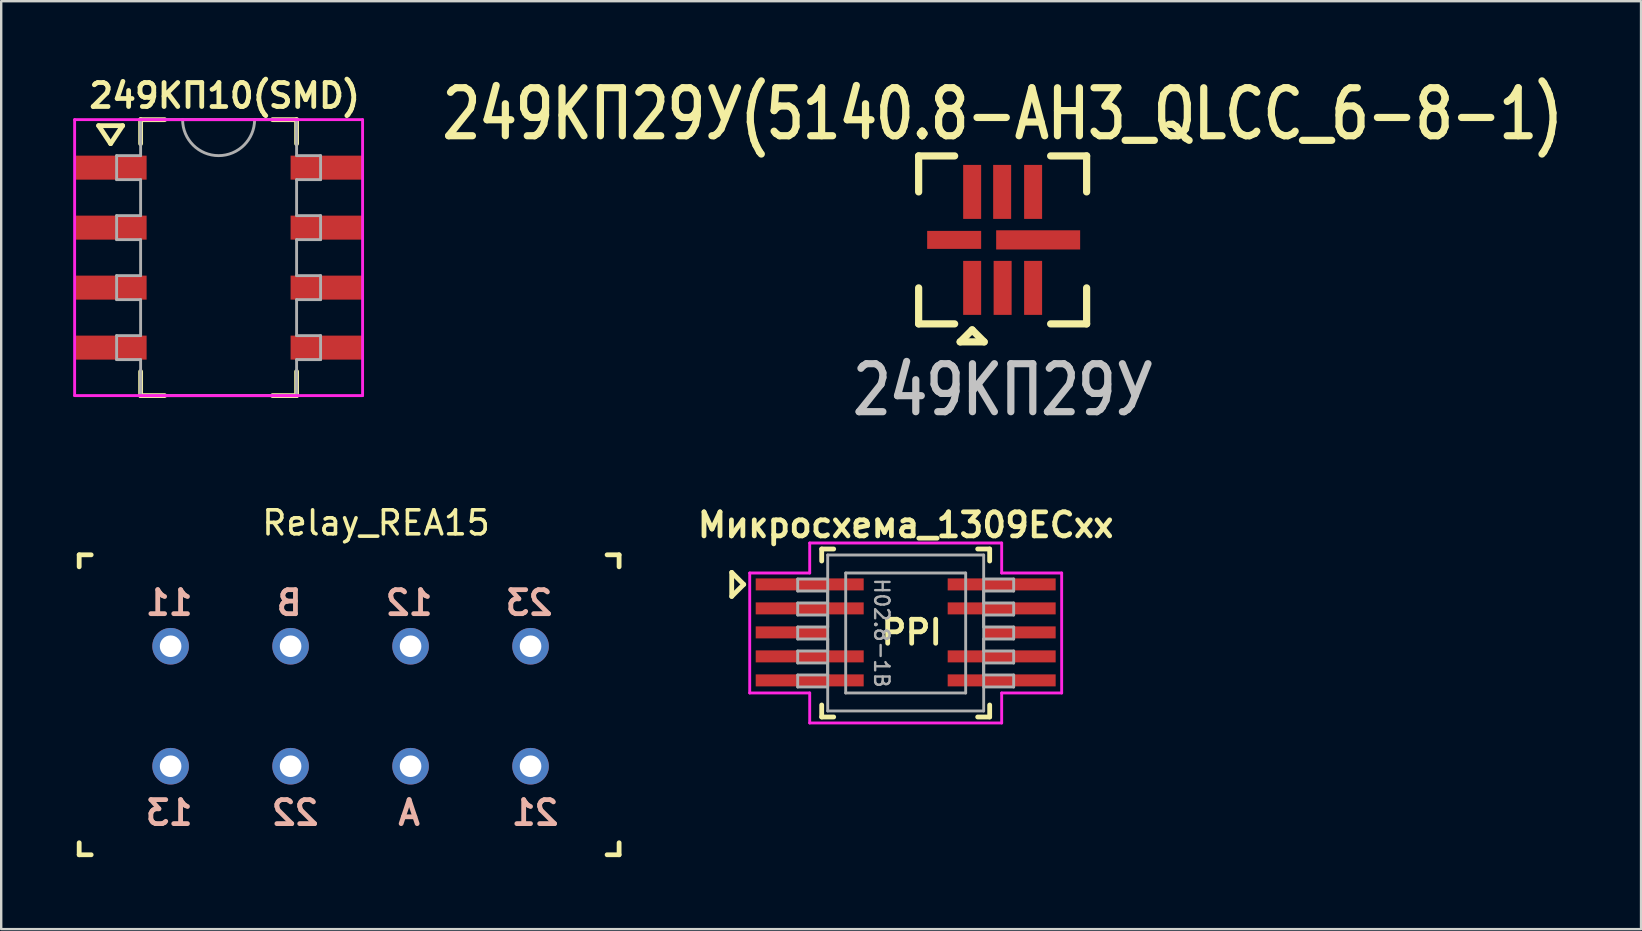
<source format=kicad_pcb>
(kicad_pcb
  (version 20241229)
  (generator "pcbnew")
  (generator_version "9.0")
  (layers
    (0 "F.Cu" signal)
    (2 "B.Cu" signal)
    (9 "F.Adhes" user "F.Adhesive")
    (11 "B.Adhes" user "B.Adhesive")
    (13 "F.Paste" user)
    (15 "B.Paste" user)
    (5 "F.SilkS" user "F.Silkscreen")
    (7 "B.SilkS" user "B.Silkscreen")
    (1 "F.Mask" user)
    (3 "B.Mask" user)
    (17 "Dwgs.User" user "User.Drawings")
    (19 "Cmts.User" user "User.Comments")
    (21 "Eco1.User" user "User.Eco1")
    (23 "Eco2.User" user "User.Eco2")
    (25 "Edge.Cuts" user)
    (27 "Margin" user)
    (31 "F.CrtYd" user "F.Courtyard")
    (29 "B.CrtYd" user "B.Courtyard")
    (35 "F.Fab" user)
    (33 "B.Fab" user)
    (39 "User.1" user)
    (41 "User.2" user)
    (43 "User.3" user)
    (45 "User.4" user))
  (footprint "249КП10(SMD)"
    (layer "F.Cu")
    (at 6.06 7.686)
    (property "Reference" "249КП10(SMD)" (at 0.25 -6.75 0) (layer "F.SilkS") (effects (font (size 1 1) (thickness 0.2))))
    (attr through_hole)
    (fp_line (start -5 -5.5) (end -4.5 -4.75) (stroke (width 0.2) (type solid)) (layer "F.SilkS"))
    (fp_line (start -4.5 -4.75) (end -4 -5.5) (stroke (width 0.2) (type solid)) (layer "F.SilkS"))
    (fp_line (start -4 -5.5) (end -5 -5.5) (stroke (width 0.2) (type solid)) (layer "F.SilkS"))
    (fp_line (start -3.25 -5.75) (end -3.25 -4.75) (stroke (width 0.2) (type solid)) (layer "F.SilkS"))
    (fp_line (start -3.25 -5.75) (end -2.25 -5.75) (stroke (width 0.2) (type solid)) (layer "F.SilkS"))
    (fp_line (start -3.25 5.75) (end -3.25 4.75) (stroke (width 0.2) (type solid)) (layer "F.SilkS"))
    (fp_line (start -3.25 5.75) (end -2.25 5.75) (stroke (width 0.2) (type solid)) (layer "F.SilkS"))
    (fp_line (start 3.25 -5.75) (end 2.25 -5.75) (stroke (width 0.2) (type solid)) (layer "F.SilkS"))
    (fp_line (start 3.25 -5.75) (end 3.25 -4.75) (stroke (width 0.2) (type solid)) (layer "F.SilkS"))
    (fp_line (start 3.25 5.75) (end 2.25 5.75) (stroke (width 0.2) (type solid)) (layer "F.SilkS"))
    (fp_line (start 3.25 5.75) (end 3.25 4.75) (stroke (width 0.2) (type solid)) (layer "F.SilkS"))
    (fp_line (start -6 -5.75) (end 6 -5.75) (stroke (width 0.12) (type solid)) (layer "F.CrtYd"))
    (fp_line (start -6 5.75) (end -6 -5.75) (stroke (width 0.12) (type solid)) (layer "F.CrtYd"))
    (fp_line (start 6 -5.75) (end 6 5.75) (stroke (width 0.12) (type solid)) (layer "F.CrtYd"))
    (fp_line (start 6 5.75) (end -6 5.75) (stroke (width 0.12) (type solid)) (layer "F.CrtYd"))
    (fp_line (start -4.25 -3.25) (end -4.25 -4.25) (stroke (width 0.12) (type solid)) (layer "F.Fab"))
    (fp_line (start -4.25 -3.25) (end -3.25 -3.25) (stroke (width 0.12) (type solid)) (layer "F.Fab"))
    (fp_line (start -4.25 -0.75) (end -4.25 -1.75) (stroke (width 0.12) (type solid)) (layer "F.Fab"))
    (fp_line (start -4.25 -0.75) (end -3.25 -0.75) (stroke (width 0.12) (type solid)) (layer "F.Fab"))
    (fp_line (start -4.25 1.75) (end -4.25 0.75) (stroke (width 0.12) (type solid)) (layer "F.Fab"))
    (fp_line (start -4.25 1.75) (end -3.25 1.75) (stroke (width 0.12) (type solid)) (layer "F.Fab"))
    (fp_line (start -4.25 4.25) (end -4.25 3.25) (stroke (width 0.12) (type solid)) (layer "F.Fab"))
    (fp_line (start -4.25 4.25) (end -3.25 4.25) (stroke (width 0.12) (type solid)) (layer "F.Fab"))
    (fp_line (start -3.25 -4.25) (end -4.25 -4.25) (stroke (width 0.12) (type solid)) (layer "F.Fab"))
    (fp_line (start -3.25 -4.25) (end -3.25 -5.75) (stroke (width 0.12) (type solid)) (layer "F.Fab"))
    (fp_line (start -3.25 -1.75) (end -4.25 -1.75) (stroke (width 0.12) (type solid)) (layer "F.Fab"))
    (fp_line (start -3.25 -1.75) (end -3.25 -3.25) (stroke (width 0.12) (type solid)) (layer "F.Fab"))
    (fp_line (start -3.25 0.75) (end -4.25 0.75) (stroke (width 0.12) (type solid)) (layer "F.Fab"))
    (fp_line (start -3.25 0.75) (end -3.25 -0.75) (stroke (width 0.12) (type solid)) (layer "F.Fab"))
    (fp_line (start -3.25 3.25) (end -4.25 3.25) (stroke (width 0.12) (type solid)) (layer "F.Fab"))
    (fp_line (start -3.25 3.25) (end -3.25 1.75) (stroke (width 0.12) (type solid)) (layer "F.Fab"))
    (fp_line (start -3.25 5.75) (end -3.25 4.25) (stroke (width 0.12) (type solid)) (layer "F.Fab"))
    (fp_line (start -3.25 5.75) (end 3.25 5.75) (stroke (width 0.12) (type solid)) (layer "F.Fab"))
    (fp_line (start 3.25 -5.75) (end -3.25 -5.75) (stroke (width 0.12) (type solid)) (layer "F.Fab"))
    (fp_line (start 3.25 -4.25) (end 3.25 -5.75) (stroke (width 0.12) (type solid)) (layer "F.Fab"))
    (fp_line (start 3.25 -3.25) (end 4.25 -3.25) (stroke (width 0.12) (type solid)) (layer "F.Fab"))
    (fp_line (start 3.25 -1.75) (end 3.25 -3.25) (stroke (width 0.12) (type solid)) (layer "F.Fab"))
    (fp_line (start 3.25 -0.75) (end 4.25 -0.75) (stroke (width 0.12) (type solid)) (layer "F.Fab"))
    (fp_line (start 3.25 0.75) (end 3.25 -0.75) (stroke (width 0.12) (type solid)) (layer "F.Fab"))
    (fp_line (start 3.25 1.75) (end 4.25 1.75) (stroke (width 0.12) (type solid)) (layer "F.Fab"))
    (fp_line (start 3.25 3.25) (end 3.25 1.75) (stroke (width 0.12) (type solid)) (layer "F.Fab"))
    (fp_line (start 3.25 4.25) (end 4.25 4.25) (stroke (width 0.12) (type solid)) (layer "F.Fab"))
    (fp_line (start 3.25 5.75) (end 3.25 4.25) (stroke (width 0.12) (type solid)) (layer "F.Fab"))
    (fp_line (start 4.25 -4.25) (end 3.25 -4.25) (stroke (width 0.12) (type solid)) (layer "F.Fab"))
    (fp_line (start 4.25 -3.25) (end 4.25 -4.25) (stroke (width 0.12) (type solid)) (layer "F.Fab"))
    (fp_line (start 4.25 -1.75) (end 3.25 -1.75) (stroke (width 0.12) (type solid)) (layer "F.Fab"))
    (fp_line (start 4.25 -0.75) (end 4.25 -1.75) (stroke (width 0.12) (type solid)) (layer "F.Fab"))
    (fp_line (start 4.25 0.75) (end 3.25 0.75) (stroke (width 0.12) (type solid)) (layer "F.Fab"))
    (fp_line (start 4.25 1.75) (end 4.25 0.75) (stroke (width 0.12) (type solid)) (layer "F.Fab"))
    (fp_line (start 4.25 3.25) (end 3.25 3.25) (stroke (width 0.12) (type solid)) (layer "F.Fab"))
    (fp_line (start 4.25 4.25) (end 4.25 3.25) (stroke (width 0.12) (type solid)) (layer "F.Fab"))
    (fp_arc (start 1.5 -5.75) (mid 0 -4.25) (end -1.5 -5.75) (stroke (width 0.12) (type solid)) (layer "F.Fab"))
    (pad "1" smd rect (at -4.5 -3.75) (size 3 1) (layers "F.Cu" "F.Mask" "F.Paste"))
    (pad "2" smd rect (at -4.5 -1.25) (size 3 1) (layers "F.Cu" "F.Mask" "F.Paste"))
    (pad "3" smd rect (at -4.5 1.25) (size 3 1) (layers "F.Cu" "F.Mask" "F.Paste"))
    (pad "4" smd rect (at -4.5 3.75) (size 3 1) (layers "F.Cu" "F.Mask" "F.Paste"))
    (pad "5" smd rect (at 4.5 3.75) (size 3 1) (layers "F.Cu" "F.Mask" "F.Paste"))
    (pad "6" smd rect (at 4.5 1.25) (size 3 1) (layers "F.Cu" "F.Mask" "F.Paste"))
    (pad "7" smd rect (at 4.5 -1.25) (size 3 1) (layers "F.Cu" "F.Mask" "F.Paste"))
    (pad "8" smd rect (at 4.5 -3.75) (size 3 1) (layers "F.Cu" "F.Mask" "F.Paste")))
  (footprint "Relay_REA15"
    (layer "F.Cu")
    (at 0.25 20.071)
    (property "Reference" "Relay_REA15" (at 12.37 -1.33 0) (layer "F.SilkS") (effects (font (size 1 1) (thickness 0.15))))
    (attr through_hole)
    (fp_line (start 0 0) (end 0.5 0) (stroke (width 0.2) (type solid)) (layer "F.SilkS"))
    (fp_line (start 0 0.5) (end 0 0) (stroke (width 0.2) (type solid)) (layer "F.SilkS"))
    (fp_line (start 0 12.5) (end 0 12) (stroke (width 0.2) (type solid)) (layer "F.SilkS"))
    (fp_line (start 0 12.5) (end 0.5 12.5) (stroke (width 0.2) (type solid)) (layer "F.SilkS"))
    (fp_line (start 22 0) (end 22.5 0) (stroke (width 0.2) (type solid)) (layer "F.SilkS"))
    (fp_line (start 22.5 0) (end 22.5 0.5) (stroke (width 0.2) (type solid)) (layer "F.SilkS"))
    (fp_line (start 22.5 12) (end 22.5 12.5) (stroke (width 0.2) (type solid)) (layer "F.SilkS"))
    (fp_line (start 22.5 12.5) (end 22 12.5) (stroke (width 0.2) (type solid)) (layer "F.SilkS"))
    (fp_text user "B" (at 8.75 2 0) (layer "B.SilkS") (effects (font (size 1 1) (thickness 0.2)) (justify mirror)))
    (fp_text user "13" (at 3.75 10.75 0) (layer "B.SilkS") (effects (font (size 1 1) (thickness 0.2)) (justify mirror)))
    (fp_text user "22" (at 9 10.75 0) (layer "B.SilkS") (effects (font (size 1 1) (thickness 0.2)) (justify mirror)))
    (fp_text user "21" (at 19 10.75 0) (layer "B.SilkS") (effects (font (size 1 1) (thickness 0.2)) (justify mirror)))
    (fp_text user "11" (at 3.75 2 0) (layer "B.SilkS") (effects (font (size 1 1) (thickness 0.2)) (justify mirror)))
    (fp_text user "23" (at 18.75 2 0) (layer "B.SilkS") (effects (font (size 1 1) (thickness 0.2)) (justify mirror)))
    (fp_text user "A" (at 13.75 10.75 0) (layer "B.SilkS") (effects (font (size 1 1) (thickness 0.2)) (justify mirror)))
    (fp_text user "12" (at 13.75 2 0) (layer "B.SilkS") (effects (font (size 1 1) (thickness 0.2)) (justify mirror)))
    (pad "1" thru_hole circle (at 13.81 8.81) (size 1.524 1.524) (drill 0.9) (layers "*.Cu" "*.Mask"))
    (pad "2" thru_hole circle (at 8.81 3.81) (size 1.524 1.524) (drill 0.9) (layers "*.Cu" "*.Mask"))
    (pad "11" thru_hole circle (at 3.81 3.81) (size 1.524 1.524) (drill 0.9) (layers "*.Cu" "*.Mask"))
    (pad "12" thru_hole circle (at 13.81 3.81) (size 1.524 1.524) (drill 0.9) (layers "*.Cu" "*.Mask"))
    (pad "13" thru_hole circle (at 3.81 8.81) (size 1.524 1.524) (drill 0.9) (layers "*.Cu" "*.Mask"))
    (pad "21" thru_hole circle (at 18.81 8.81) (size 1.524 1.524) (drill 0.9) (layers "*.Cu" "*.Mask"))
    (pad "22" thru_hole circle (at 8.81 8.81) (size 1.524 1.524) (drill 0.9) (layers "*.Cu" "*.Mask"))
    (pad "23" thru_hole circle (at 18.81 3.81) (size 1.524 1.524) (drill 0.9) (layers "*.Cu" "*.Mask")))
  (footprint "Микросхема_1309ЕСхх"
    (layer "F.Cu")
    (at 34.693 23.329)
    (property "Reference" "Микросхема_1309ЕСхх" (at 0 -4.5 180) (layer "F.SilkS") (effects (font (size 1 1) (thickness 0.2))))
    (attr through_hole)
    (fp_line (start -7.25 -2.525) (end -7.25 -1.525) (stroke (width 0.2) (type solid)) (layer "F.SilkS"))
    (fp_line (start -6.75 -2.025) (end -7.25 -2.525) (stroke (width 0.2) (type solid)) (layer "F.SilkS"))
    (fp_line (start -6.75 -2.025) (end -7.25 -1.525) (stroke (width 0.2) (type solid)) (layer "F.SilkS"))
    (fp_line (start -3.5 -3.5) (end -3 -3.5) (stroke (width 0.2) (type solid)) (layer "F.SilkS"))
    (fp_line (start -3.5 -3) (end -3.5 -3.5) (stroke (width 0.2) (type solid)) (layer "F.SilkS"))
    (fp_line (start -3.5 3) (end -3.5 3.5) (stroke (width 0.2) (type solid)) (layer "F.SilkS"))
    (fp_line (start -3.5 3.5) (end -3 3.5) (stroke (width 0.2) (type solid)) (layer "F.SilkS"))
    (fp_line (start 3 -3.5) (end 3.5 -3.5) (stroke (width 0.2) (type solid)) (layer "F.SilkS"))
    (fp_line (start 3.5 -3.5) (end 3.5 -3) (stroke (width 0.2) (type solid)) (layer "F.SilkS"))
    (fp_line (start 3.5 3) (end 3.5 3.5) (stroke (width 0.2) (type solid)) (layer "F.SilkS"))
    (fp_line (start 3.5 3.5) (end 3 3.5) (stroke (width 0.2) (type solid)) (layer "F.SilkS"))
    (fp_line (start -6.5 -2.5) (end -4 -2.5) (stroke (width 0.12) (type solid)) (layer "F.CrtYd"))
    (fp_line (start -6.5 2.5) (end -6.5 -2.5) (stroke (width 0.12) (type solid)) (layer "F.CrtYd"))
    (fp_line (start -4 -3.75) (end 4 -3.75) (stroke (width 0.12) (type solid)) (layer "F.CrtYd"))
    (fp_line (start -4 -2.5) (end -4 -3.75) (stroke (width 0.12) (type solid)) (layer "F.CrtYd"))
    (fp_line (start -4 2.5) (end -6.5 2.5) (stroke (width 0.12) (type solid)) (layer "F.CrtYd"))
    (fp_line (start -4 3.75) (end -4 2.5) (stroke (width 0.12) (type solid)) (layer "F.CrtYd"))
    (fp_line (start 4 -3.75) (end 4 -2.5) (stroke (width 0.12) (type solid)) (layer "F.CrtYd"))
    (fp_line (start 4 -2.5) (end 6.5 -2.5) (stroke (width 0.12) (type solid)) (layer "F.CrtYd"))
    (fp_line (start 4 2.5) (end 4 3.75) (stroke (width 0.12) (type solid)) (layer "F.CrtYd"))
    (fp_line (start 4 3.75) (end -4 3.75) (stroke (width 0.12) (type solid)) (layer "F.CrtYd"))
    (fp_line (start 6.5 -2.5) (end 6.5 2.5) (stroke (width 0.12) (type solid)) (layer "F.CrtYd"))
    (fp_line (start 6.5 2.5) (end 4 2.5) (stroke (width 0.12) (type solid)) (layer "F.CrtYd"))
    (fp_line (start -4.5 -2.25) (end -3.25 -2.25) (stroke (width 0.12) (type solid)) (layer "F.Fab"))
    (fp_line (start -4.5 -1.75) (end -4.5 -2.25) (stroke (width 0.12) (type solid)) (layer "F.Fab"))
    (fp_line (start -4.5 -1.75) (end -3.25 -1.75) (stroke (width 0.12) (type solid)) (layer "F.Fab"))
    (fp_line (start -4.5 -1.25) (end -3.25 -1.25) (stroke (width 0.12) (type solid)) (layer "F.Fab"))
    (fp_line (start -4.5 -0.75) (end -4.5 -1.25) (stroke (width 0.12) (type solid)) (layer "F.Fab"))
    (fp_line (start -4.5 -0.75) (end -3.25 -0.75) (stroke (width 0.12) (type solid)) (layer "F.Fab"))
    (fp_line (start -4.5 -0.25) (end -3.25 -0.25) (stroke (width 0.12) (type solid)) (layer "F.Fab"))
    (fp_line (start -4.5 0.25) (end -4.5 -0.25) (stroke (width 0.12) (type solid)) (layer "F.Fab"))
    (fp_line (start -4.5 0.25) (end -3.25 0.25) (stroke (width 0.12) (type solid)) (layer "F.Fab"))
    (fp_line (start -4.5 0.75) (end -3.25 0.75) (stroke (width 0.12) (type solid)) (layer "F.Fab"))
    (fp_line (start -4.5 1.25) (end -4.5 0.75) (stroke (width 0.12) (type solid)) (layer "F.Fab"))
    (fp_line (start -4.5 1.25) (end -3.25 1.25) (stroke (width 0.12) (type solid)) (layer "F.Fab"))
    (fp_line (start -4.5 1.75) (end -3.25 1.75) (stroke (width 0.12) (type solid)) (layer "F.Fab"))
    (fp_line (start -4.5 2.25) (end -4.5 1.75) (stroke (width 0.12) (type solid)) (layer "F.Fab"))
    (fp_line (start -4.5 2.25) (end -3.25 2.25) (stroke (width 0.12) (type solid)) (layer "F.Fab"))
    (fp_line (start -3.25 -3.25) (end 3.25 -3.25) (stroke (width 0.12) (type solid)) (layer "F.Fab"))
    (fp_line (start -3.25 -1.25) (end -3.25 -1.75) (stroke (width 0.12) (type solid)) (layer "F.Fab"))
    (fp_line (start -3.25 -0.25) (end -3.25 -0.75) (stroke (width 0.12) (type solid)) (layer "F.Fab"))
    (fp_line (start -3.25 0.75) (end -3.25 0.25) (stroke (width 0.12) (type solid)) (layer "F.Fab"))
    (fp_line (start -3.25 1.75) (end -3.25 1.25) (stroke (width 0.12) (type solid)) (layer "F.Fab"))
    (fp_line (start -3.25 3.25) (end -3.25 -3.25) (stroke (width 0.12) (type solid)) (layer "F.Fab"))
    (fp_line (start -2.5 -2.5) (end -2.5 2.5) (stroke (width 0.12) (type solid)) (layer "F.Fab"))
    (fp_line (start -2.5 -2.5) (end 2.5 -2.5) (stroke (width 0.12) (type solid)) (layer "F.Fab"))
    (fp_line (start 2.5 -2.5) (end 2.5 2.5) (stroke (width 0.12) (type solid)) (layer "F.Fab"))
    (fp_line (start 2.5 2.5) (end -2.5 2.5) (stroke (width 0.12) (type solid)) (layer "F.Fab"))
    (fp_line (start 3.25 -2.25) (end 4.5 -2.25) (stroke (width 0.12) (type solid)) (layer "F.Fab"))
    (fp_line (start 3.25 -1.75) (end 4.5 -1.75) (stroke (width 0.12) (type solid)) (layer "F.Fab"))
    (fp_line (start 3.25 -1.25) (end 3.25 -1.75) (stroke (width 0.12) (type solid)) (layer "F.Fab"))
    (fp_line (start 3.25 -1.25) (end 4.5 -1.25) (stroke (width 0.12) (type solid)) (layer "F.Fab"))
    (fp_line (start 3.25 -0.75) (end 4.5 -0.75) (stroke (width 0.12) (type solid)) (layer "F.Fab"))
    (fp_line (start 3.25 -0.25) (end 3.25 -0.75) (stroke (width 0.12) (type solid)) (layer "F.Fab"))
    (fp_line (start 3.25 -0.25) (end 4.5 -0.25) (stroke (width 0.12) (type solid)) (layer "F.Fab"))
    (fp_line (start 3.25 0.25) (end 4.5 0.25) (stroke (width 0.12) (type solid)) (layer "F.Fab"))
    (fp_line (start 3.25 0.75) (end 3.25 0.25) (stroke (width 0.12) (type solid)) (layer "F.Fab"))
    (fp_line (start 3.25 0.75) (end 4.5 0.75) (stroke (width 0.12) (type solid)) (layer "F.Fab"))
    (fp_line (start 3.25 1.25) (end 4.5 1.25) (stroke (width 0.12) (type solid)) (layer "F.Fab"))
    (fp_line (start 3.25 1.75) (end 3.25 1.25) (stroke (width 0.12) (type solid)) (layer "F.Fab"))
    (fp_line (start 3.25 1.75) (end 4.5 1.75) (stroke (width 0.12) (type solid)) (layer "F.Fab"))
    (fp_line (start 3.25 2.25) (end 4.5 2.25) (stroke (width 0.12) (type solid)) (layer "F.Fab"))
    (fp_line (start 3.25 3.25) (end -3.25 3.25) (stroke (width 0.12) (type solid)) (layer "F.Fab"))
    (fp_line (start 3.25 3.25) (end 3.25 -3.25) (stroke (width 0.12) (type solid)) (layer "F.Fab"))
    (fp_line (start 4.5 -1.75) (end 4.5 -2.25) (stroke (width 0.12) (type solid)) (layer "F.Fab"))
    (fp_line (start 4.5 -0.75) (end 4.5 -1.25) (stroke (width 0.12) (type solid)) (layer "F.Fab"))
    (fp_line (start 4.5 0.25) (end 4.5 -0.25) (stroke (width 0.12) (type solid)) (layer "F.Fab"))
    (fp_line (start 4.5 1.25) (end 4.5 0.75) (stroke (width 0.12) (type solid)) (layer "F.Fab"))
    (fp_line (start 4.5 2.25) (end 4.5 1.75) (stroke (width 0.12) (type solid)) (layer "F.Fab"))
    (fp_text user "PPI" (at 0.25 -0.025 0) (layer "F.SilkS") (effects (font (size 1 1) (thickness 0.2))))
    (fp_text user "H02.8-1B" (at -1 0 270) (unlocked yes) (layer "F.Fab") (effects (font (size 0.6 0.6) (thickness 0.1))))
    (pad "" smd rect (at -4.75 -0.025) (size 3 0.5) (layers "F.Cu" "F.Mask" "F.Paste"))
    (pad "" smd rect (at 4.75 -0.025) (size 3 0.5) (layers "F.Cu" "F.Mask" "F.Paste"))
    (pad "1" smd rect (at -4 -2.025) (size 4.5 0.5) (layers "F.Cu" "F.Mask" "F.Paste"))
    (pad "2" smd rect (at -4 -1.025) (size 4.5 0.5) (layers "F.Cu" "F.Mask" "F.Paste"))
    (pad "3" smd rect (at -4 0.975) (size 4.5 0.5) (layers "F.Cu" "F.Mask" "F.Paste"))
    (pad "4" smd rect (at -4 1.975) (size 4.5 0.5) (layers "F.Cu" "F.Mask" "F.Paste"))
    (pad "5" smd rect (at 4 1.975) (size 4.5 0.5) (layers "F.Cu" "F.Mask" "F.Paste"))
    (pad "6" smd rect (at 4 0.975) (size 4.5 0.5) (layers "F.Cu" "F.Mask" "F.Paste"))
    (pad "7" smd rect (at 4 -1.025) (size 4.5 0.5) (layers "F.Cu" "F.Mask" "F.Paste"))
    (pad "8" smd rect (at 4 -2.025) (size 4.5 0.5) (layers "F.Cu" "F.Mask" "F.Paste")))
  (footprint "249КП29У(5140.8-AH3_QLCC_6-8-1)"
    (layer "F.Cu")
    (at 37.463 8.947)
    (property "Reference" "249КП29У(5140.8-AH3_QLCC_6-8-1)" (at 1.27 -7.25 180) (layer "F.SilkS") (effects (font (size 2 1.6) (thickness 0.3))))
    (attr through_hole)
    (fp_line (start -2.23 -5.5) (end -2.23 -4) (stroke (width 0.3) (type solid)) (layer "F.SilkS"))
    (fp_line (start -2.23 -5.5) (end -0.73 -5.5) (stroke (width 0.3) (type solid)) (layer "F.SilkS"))
    (fp_line (start -2.23 1.5) (end -2.23 0) (stroke (width 0.3) (type solid)) (layer "F.SilkS"))
    (fp_line (start -2.23 1.5) (end -0.73 1.5) (stroke (width 0.3) (type solid)) (layer "F.SilkS"))
    (fp_line (start -0.5 2.25) (end 0.5 2.25) (stroke (width 0.3) (type solid)) (layer "F.SilkS"))
    (fp_line (start 0 1.75) (end -0.5 2.25) (stroke (width 0.3) (type solid)) (layer "F.SilkS"))
    (fp_line (start 0.5 2.25) (end 0 1.75) (stroke (width 0.3) (type solid)) (layer "F.SilkS"))
    (fp_line (start 3.27 1.5) (end 4.77 1.5) (stroke (width 0.3) (type solid)) (layer "F.SilkS"))
    (fp_line (start 4.77 -5.5) (end 3.27 -5.5) (stroke (width 0.3) (type solid)) (layer "F.SilkS"))
    (fp_line (start 4.77 -5.5) (end 4.77 -4) (stroke (width 0.3) (type solid)) (layer "F.SilkS"))
    (fp_line (start 4.77 1.5) (end 4.77 0) (stroke (width 0.3) (type solid)) (layer "F.SilkS"))
    (fp_text user "249КП29У" (at 1.27 4.25 180) (layer "Dwgs.User") (effects (font (size 2 1.6) (thickness 0.3))))
    (pad "1" smd rect (at 0 0) (size 0.75 2.25) (layers "F.Cu" "F.Mask" "F.Paste"))
    (pad "2" smd rect (at 1.27 0) (size 0.75 2.25) (layers "F.Cu" "F.Mask" "F.Paste"))
    (pad "3" smd rect (at 2.54 0) (size 0.75 2.25) (layers "F.Cu" "F.Mask" "F.Paste"))
    (pad "4" smd rect (at 2.75 -2) (size 3.5 0.8) (layers "F.Cu" "F.Mask" "F.Paste"))
    (pad "5" smd rect (at 2.54 -4) (size 0.75 2.25) (layers "F.Cu" "F.Mask" "F.Paste"))
    (pad "6" smd rect (at 1.25 -4) (size 0.75 2.25) (layers "F.Cu" "F.Mask" "F.Paste"))
    (pad "7" smd rect (at 0 -4) (size 0.75 2.25) (layers "F.Cu" "F.Mask" "F.Paste"))
    (pad "8" smd rect (at -0.75 -2) (size 2.25 0.75) (layers "F.Cu" "F.Mask" "F.Paste")))
  (gr_rect
    (start -3 -3)
    (end 65.338 35.671)
    (stroke (width 0.1) (type default))
    (fill no)
    (layer "Edge.Cuts")))
</source>
